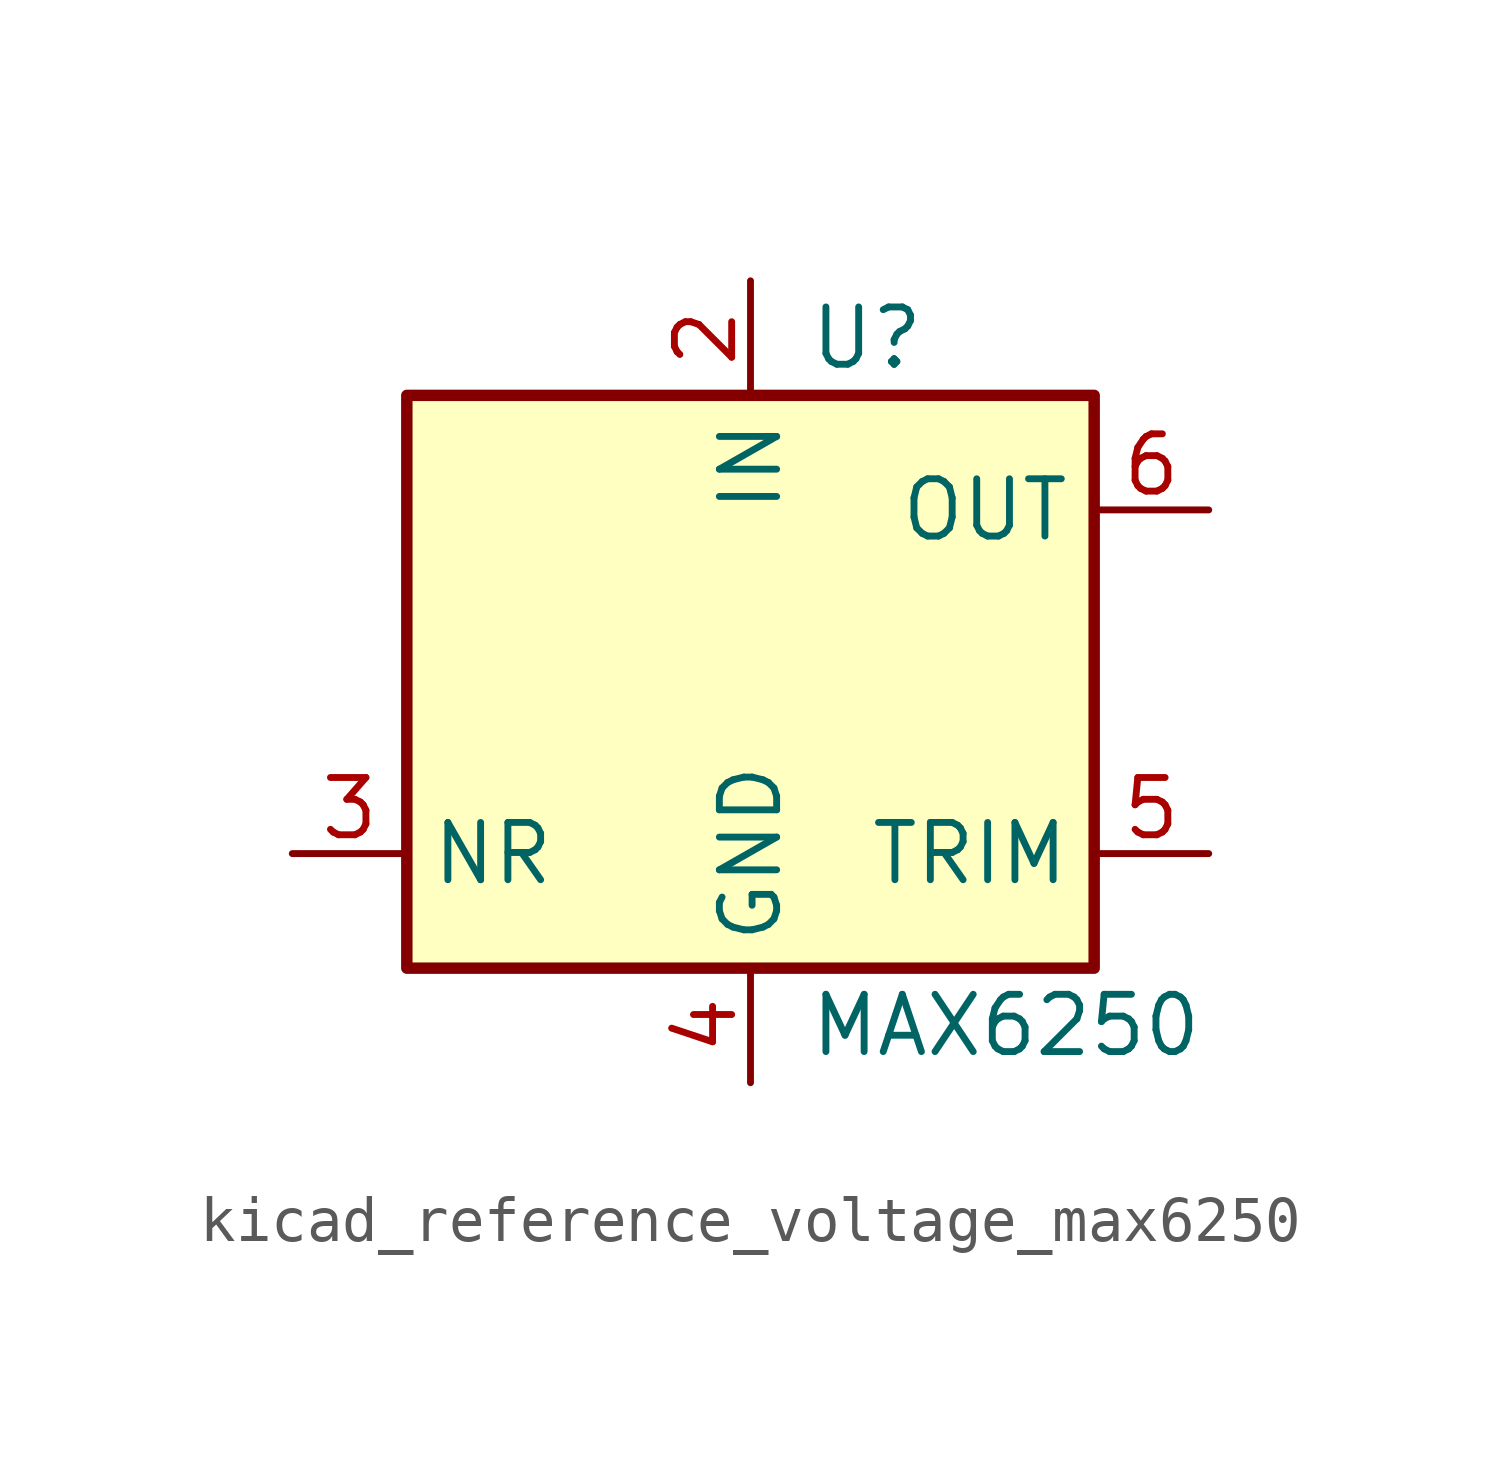
<source format=kicad_sym>
(kicad_symbol_lib
  (version 20220914)
  (generator kicad_symbol_editor)
  (symbol "kicad_reference_voltage_max6250"
    (property "Reference" "U"
      (at 1.27 6.35 0)
      (effects (font (size 1.27 1.27)) (justify left)))
    (property "Value" "MAX6250"
      (at 1.27 -8.89 0)
      (effects (font (size 1.27 1.27)) (justify left)))
    (symbol "kicad_reference_voltage_max6250_0_1"
      (rectangle (start -7.62 5.08) (end 7.62 -7.62) (stroke (width 0.254) (type default)) (fill (type background))))
    (symbol "kicad_reference_voltage_max6250_1_1"
      (pin no_connect line (at -7.62 -2.54 0) (length 2.54) hide (name "NC" (effects (font (size 1.27 1.27)))) (number "1" (effects (font (size 1.27 1.27)))))
      (pin power_in line (at 0 7.62 270) (length 2.54) (name "IN" (effects (font (size 1.27 1.27)))) (number "2" (effects (font (size 1.27 1.27)))))
      (pin passive line (at -10.16 -5.08 0) (length 2.54) (name "NR" (effects (font (size 1.27 1.27)))) (number "3" (effects (font (size 1.27 1.27)))))
      (pin power_in line (at 0 -10.16 90) (length 2.54) (name "GND" (effects (font (size 1.27 1.27)))) (number "4" (effects (font (size 1.27 1.27)))))
      (pin passive line (at 10.16 -5.08 180) (length 2.54) (name "TRIM" (effects (font (size 1.27 1.27)))) (number "5" (effects (font (size 1.27 1.27)))))
      (pin power_out line (at 10.16 2.54 180) (length 2.54) (name "OUT" (effects (font (size 1.27 1.27)))) (number "6" (effects (font (size 1.27 1.27)))))
      (pin no_connect line (at 7.62 0 180) (length 2.54) hide (name "NC" (effects (font (size 1.27 1.27)))) (number "7" (effects (font (size 1.27 1.27)))))
      (pin no_connect line (at 7.62 -2.54 180) (length 2.54) hide (name "NC" (effects (font (size 1.27 1.27)))) (number "8" (effects (font (size 1.27 1.27))))))))
</source>
